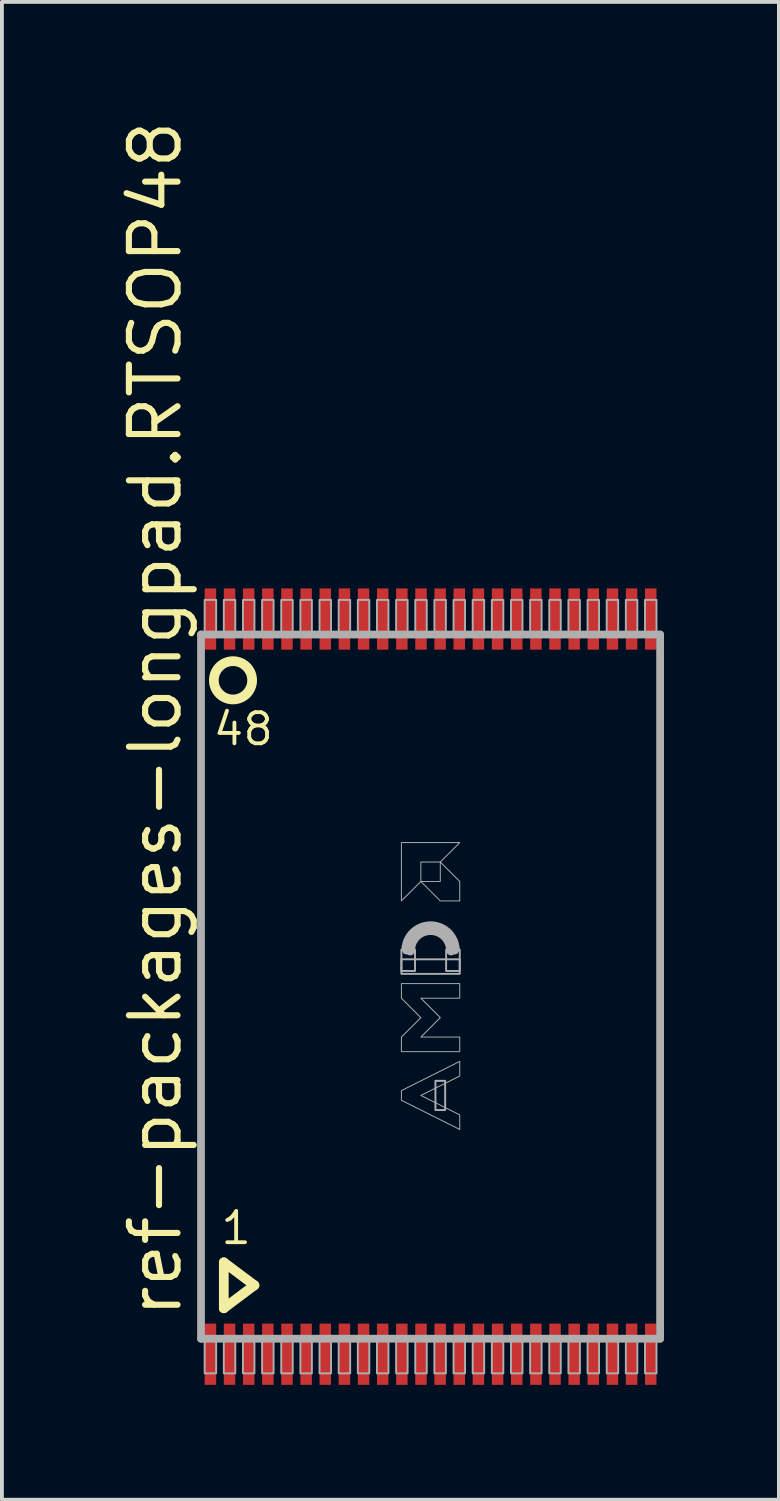
<source format=kicad_pcb>
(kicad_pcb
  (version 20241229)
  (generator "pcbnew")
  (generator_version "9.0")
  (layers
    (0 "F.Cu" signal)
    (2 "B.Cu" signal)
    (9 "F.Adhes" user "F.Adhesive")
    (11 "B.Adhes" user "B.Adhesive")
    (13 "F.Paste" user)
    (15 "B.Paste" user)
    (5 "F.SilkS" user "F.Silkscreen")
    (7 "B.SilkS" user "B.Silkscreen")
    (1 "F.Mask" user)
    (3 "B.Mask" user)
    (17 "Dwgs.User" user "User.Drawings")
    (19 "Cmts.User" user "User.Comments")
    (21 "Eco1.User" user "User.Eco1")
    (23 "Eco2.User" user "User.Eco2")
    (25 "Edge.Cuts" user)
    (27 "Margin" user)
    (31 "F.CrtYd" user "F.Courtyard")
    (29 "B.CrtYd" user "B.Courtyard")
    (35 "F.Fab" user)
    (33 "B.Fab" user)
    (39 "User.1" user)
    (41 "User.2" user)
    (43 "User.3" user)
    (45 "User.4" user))
  (footprint "ref-packages-longpad.RTSOP48"
    (layer "F.Cu")
    (at 8.195 22.717)
    (property "Reference" "ref-packages-longpad.RTSOP48" (at -6.445 8.715 90) (layer "F.SilkS") (effects (font (size 1.27 1.27) (thickness 0.16)) (justify left bottom)))
    (attr smd)
    (fp_line (start -5.4 7.2) (end -4.6 7.8) (stroke (width 0.254) (type default)) (layer "F.SilkS"))
    (fp_line (start -5.4 8.4) (end -5.4 7.2) (stroke (width 0.254) (type default)) (layer "F.SilkS"))
    (fp_line (start -4.6 7.8) (end -5.4 8.4) (stroke (width 0.254) (type default)) (layer "F.SilkS"))
    (fp_circle (center -5.16 -8) (end -4.66 -8) (stroke (width 0.254) (type default)) (fill no) (layer "F.SilkS"))
    (fp_line (start -5.995 -9.195) (end 5.995 -9.195) (stroke (width 0.203) (type default)) (layer "F.Fab"))
    (fp_line (start -5.995 9.195) (end -5.995 -9.195) (stroke (width 0.203) (type default)) (layer "F.Fab"))
    (fp_line (start 5.995 -9.195) (end 5.995 9.195) (stroke (width 0.203) (type default)) (layer "F.Fab"))
    (fp_line (start 5.995 9.195) (end -5.995 9.195) (stroke (width 0.203) (type default)) (layer "F.Fab"))
    (fp_rect (start -5.9 -9.25) (end -5.6 -10.1) (stroke (width 0.05) (type default)) (fill no) (layer "F.Fab"))
    (fp_rect (start -5.9 10.1) (end -5.6 9.25) (stroke (width 0.05) (type default)) (fill no) (layer "F.Fab"))
    (fp_rect (start -5.4 -9.25) (end -5.1 -10.1) (stroke (width 0.05) (type default)) (fill no) (layer "F.Fab"))
    (fp_rect (start -5.4 10.1) (end -5.1 9.25) (stroke (width 0.05) (type default)) (fill no) (layer "F.Fab"))
    (fp_rect (start -4.9 -9.25) (end -4.6 -10.1) (stroke (width 0.05) (type default)) (fill no) (layer "F.Fab"))
    (fp_rect (start -4.9 10.1) (end -4.6 9.25) (stroke (width 0.05) (type default)) (fill no) (layer "F.Fab"))
    (fp_rect (start -4.4 -9.25) (end -4.1 -10.1) (stroke (width 0.05) (type default)) (fill no) (layer "F.Fab"))
    (fp_rect (start -4.4 10.1) (end -4.1 9.25) (stroke (width 0.05) (type default)) (fill no) (layer "F.Fab"))
    (fp_rect (start -3.9 -9.25) (end -3.6 -10.1) (stroke (width 0.05) (type default)) (fill no) (layer "F.Fab"))
    (fp_rect (start -3.9 10.1) (end -3.6 9.25) (stroke (width 0.05) (type default)) (fill no) (layer "F.Fab"))
    (fp_rect (start -3.4 -9.25) (end -3.1 -10.1) (stroke (width 0.05) (type default)) (fill no) (layer "F.Fab"))
    (fp_rect (start -3.4 10.1) (end -3.1 9.25) (stroke (width 0.05) (type default)) (fill no) (layer "F.Fab"))
    (fp_rect (start -2.9 -9.25) (end -2.6 -10.1) (stroke (width 0.05) (type default)) (fill no) (layer "F.Fab"))
    (fp_rect (start -2.9 10.1) (end -2.6 9.25) (stroke (width 0.05) (type default)) (fill no) (layer "F.Fab"))
    (fp_rect (start -2.4 -9.25) (end -2.1 -10.1) (stroke (width 0.05) (type default)) (fill no) (layer "F.Fab"))
    (fp_rect (start -2.4 10.1) (end -2.1 9.25) (stroke (width 0.05) (type default)) (fill no) (layer "F.Fab"))
    (fp_rect (start -1.9 -9.25) (end -1.6 -10.1) (stroke (width 0.05) (type default)) (fill no) (layer "F.Fab"))
    (fp_rect (start -1.9 10.1) (end -1.6 9.25) (stroke (width 0.05) (type default)) (fill no) (layer "F.Fab"))
    (fp_rect (start -1.4 -9.25) (end -1.1 -10.1) (stroke (width 0.05) (type default)) (fill no) (layer "F.Fab"))
    (fp_rect (start -1.4 10.1) (end -1.1 9.25) (stroke (width 0.05) (type default)) (fill no) (layer "F.Fab"))
    (fp_rect (start -0.9 -9.25) (end -0.6 -10.1) (stroke (width 0.05) (type default)) (fill no) (layer "F.Fab"))
    (fp_rect (start -0.9 10.1) (end -0.6 9.25) (stroke (width 0.05) (type default)) (fill no) (layer "F.Fab"))
    (fp_rect (start -0.762 -0.409) (end -0.406 -0.968) (stroke (width 0.05) (type default)) (fill no) (layer "F.Fab"))
    (fp_rect (start -0.762 -0.333) (end 0.762 -0.714) (stroke (width 0.05) (type default)) (fill no) (layer "F.Fab"))
    (fp_rect (start -0.4 -9.25) (end -0.1 -10.1) (stroke (width 0.05) (type default)) (fill no) (layer "F.Fab"))
    (fp_rect (start -0.4 10.1) (end -0.1 9.25) (stroke (width 0.05) (type default)) (fill no) (layer "F.Fab"))
    (fp_rect (start 0.1 -9.25) (end 0.4 -10.1) (stroke (width 0.05) (type default)) (fill no) (layer "F.Fab"))
    (fp_rect (start 0.1 10.1) (end 0.4 9.25) (stroke (width 0.05) (type default)) (fill no) (layer "F.Fab"))
    (fp_rect (start 0.127 3.223) (end 0.381 2.461) (stroke (width 0.05) (type default)) (fill no) (layer "F.Fab"))
    (fp_rect (start 0.406 -0.409) (end 0.762 -0.968) (stroke (width 0.05) (type default)) (fill no) (layer "F.Fab"))
    (fp_rect (start 0.6 -9.25) (end 0.9 -10.1) (stroke (width 0.05) (type default)) (fill no) (layer "F.Fab"))
    (fp_rect (start 0.6 10.1) (end 0.9 9.25) (stroke (width 0.05) (type default)) (fill no) (layer "F.Fab"))
    (fp_rect (start 1.1 -9.25) (end 1.4 -10.1) (stroke (width 0.05) (type default)) (fill no) (layer "F.Fab"))
    (fp_rect (start 1.1 10.1) (end 1.4 9.25) (stroke (width 0.05) (type default)) (fill no) (layer "F.Fab"))
    (fp_rect (start 1.6 -9.25) (end 1.9 -10.1) (stroke (width 0.05) (type default)) (fill no) (layer "F.Fab"))
    (fp_rect (start 1.6 10.1) (end 1.9 9.25) (stroke (width 0.05) (type default)) (fill no) (layer "F.Fab"))
    (fp_rect (start 2.1 -9.25) (end 2.4 -10.1) (stroke (width 0.05) (type default)) (fill no) (layer "F.Fab"))
    (fp_rect (start 2.1 10.1) (end 2.4 9.25) (stroke (width 0.05) (type default)) (fill no) (layer "F.Fab"))
    (fp_rect (start 2.6 -9.25) (end 2.9 -10.1) (stroke (width 0.05) (type default)) (fill no) (layer "F.Fab"))
    (fp_rect (start 2.6 10.1) (end 2.9 9.25) (stroke (width 0.05) (type default)) (fill no) (layer "F.Fab"))
    (fp_rect (start 3.1 -9.25) (end 3.4 -10.1) (stroke (width 0.05) (type default)) (fill no) (layer "F.Fab"))
    (fp_rect (start 3.1 10.1) (end 3.4 9.25) (stroke (width 0.05) (type default)) (fill no) (layer "F.Fab"))
    (fp_rect (start 3.6 -9.25) (end 3.9 -10.1) (stroke (width 0.05) (type default)) (fill no) (layer "F.Fab"))
    (fp_rect (start 3.6 10.1) (end 3.9 9.25) (stroke (width 0.05) (type default)) (fill no) (layer "F.Fab"))
    (fp_rect (start 4.1 -9.25) (end 4.4 -10.1) (stroke (width 0.05) (type default)) (fill no) (layer "F.Fab"))
    (fp_rect (start 4.1 10.1) (end 4.4 9.25) (stroke (width 0.05) (type default)) (fill no) (layer "F.Fab"))
    (fp_rect (start 4.6 -9.25) (end 4.9 -10.1) (stroke (width 0.05) (type default)) (fill no) (layer "F.Fab"))
    (fp_rect (start 4.6 10.1) (end 4.9 9.25) (stroke (width 0.05) (type default)) (fill no) (layer "F.Fab"))
    (fp_rect (start 5.1 -9.25) (end 5.4 -10.1) (stroke (width 0.05) (type default)) (fill no) (layer "F.Fab"))
    (fp_rect (start 5.1 10.1) (end 5.4 9.25) (stroke (width 0.05) (type default)) (fill no) (layer "F.Fab"))
    (fp_rect (start 5.6 -9.25) (end 5.9 -10.1) (stroke (width 0.05) (type default)) (fill no) (layer "F.Fab"))
    (fp_rect (start 5.6 10.1) (end 5.9 9.25) (stroke (width 0.05) (type default)) (fill no) (layer "F.Fab"))
    (fp_arc (start -0.7366 -0.9426) (mid 0 -1.6792) (end 0.7366 -0.9426) (stroke (width 0.0508) (type default)) (layer "F.Fab"))
    (fp_arc (start -0.635 -0.9426) (mid 0 -1.5776) (end 0.635 -0.9426) (stroke (width 0.2032) (type default)) (layer "F.Fab"))
    (fp_arc (start -0.5334 -0.9426) (mid 0 -1.476) (end 0.5334 -0.9426) (stroke (width 0.254) (type default)) (layer "F.Fab"))
    (fp_poly (pts (xy -0.762 -2.238) (xy -0.762 -3.762) (xy 0.762 -3.762) (xy 0.254 -3.254) (xy -0.254 -3.254) (xy -0.254 -2.746)) (stroke (width 0.025) (type default)) (fill no) (layer "F.Fab"))
    (fp_poly (pts (xy -0.254 -2.746) (xy 0.254 -2.238) (xy 0.762 -2.238) (xy 0.762 -2.746) (xy 0.254 -3.254) (xy 0.254 -2.746)) (stroke (width 0.025) (type default)) (fill no) (layer "F.Fab"))
    (fp_poly (pts (xy 0.762 3.731) (xy -0.762 2.969) (xy -0.762 2.715) (xy 0.762 1.953) (xy 0.762 2.334) (xy -0.254 2.842) (xy 0.762 3.35)) (stroke (width 0.025) (type default)) (fill no) (layer "F.Fab"))
    (fp_poly (pts (xy 0.762 1.699) (xy -0.762 1.699) (xy -0.762 1.318) (xy -0.254 0.81) (xy -0.762 0.302) (xy -0.762 -0.079) (xy 0.762 -0.079) (xy 0.762 0.302) (xy -0.254 0.302) (xy 0.254 0.81) (xy -0.254 1.318) (xy 0.762 1.318)) (stroke (width 0.025) (type default)) (fill no) (layer "F.Fab"))
    (fp_text user "48" (at -5.731 -6.25 0) (layer "F.SilkS") (effects (font (size 0.813 0.813) (thickness 0.1)) (justify left bottom)))
    (fp_text user "1" (at -5.531 6.78 0) (layer "F.SilkS") (effects (font (size 0.813 0.813) (thickness 0.1)) (justify left bottom)))
    (pad "1" smd roundrect (at -5.75 9.6) (size 0.3 1.6) (layers "F.Cu" "F.Mask" "F.Paste") (roundrect_rratio 0.01))
    (pad "2" smd roundrect (at -5.25 9.6) (size 0.3 1.6) (layers "F.Cu" "F.Mask" "F.Paste") (roundrect_rratio 0.01))
    (pad "3" smd roundrect (at -4.75 9.6) (size 0.3 1.6) (layers "F.Cu" "F.Mask" "F.Paste") (roundrect_rratio 0.01))
    (pad "4" smd roundrect (at -4.25 9.6) (size 0.3 1.6) (layers "F.Cu" "F.Mask" "F.Paste") (roundrect_rratio 0.01))
    (pad "5" smd roundrect (at -3.75 9.6) (size 0.3 1.6) (layers "F.Cu" "F.Mask" "F.Paste") (roundrect_rratio 0.01))
    (pad "6" smd roundrect (at -3.25 9.6) (size 0.3 1.6) (layers "F.Cu" "F.Mask" "F.Paste") (roundrect_rratio 0.01))
    (pad "7" smd roundrect (at -2.75 9.6) (size 0.3 1.6) (layers "F.Cu" "F.Mask" "F.Paste") (roundrect_rratio 0.01))
    (pad "8" smd roundrect (at -2.25 9.6) (size 0.3 1.6) (layers "F.Cu" "F.Mask" "F.Paste") (roundrect_rratio 0.01))
    (pad "9" smd roundrect (at -1.75 9.6) (size 0.3 1.6) (layers "F.Cu" "F.Mask" "F.Paste") (roundrect_rratio 0.01))
    (pad "10" smd roundrect (at -1.25 9.6) (size 0.3 1.6) (layers "F.Cu" "F.Mask" "F.Paste") (roundrect_rratio 0.01))
    (pad "11" smd roundrect (at -0.75 9.6) (size 0.3 1.6) (layers "F.Cu" "F.Mask" "F.Paste") (roundrect_rratio 0.01))
    (pad "12" smd roundrect (at -0.25 9.6) (size 0.3 1.6) (layers "F.Cu" "F.Mask" "F.Paste") (roundrect_rratio 0.01))
    (pad "13" smd roundrect (at 0.25 9.6) (size 0.3 1.6) (layers "F.Cu" "F.Mask" "F.Paste") (roundrect_rratio 0.01))
    (pad "14" smd roundrect (at 0.75 9.6) (size 0.3 1.6) (layers "F.Cu" "F.Mask" "F.Paste") (roundrect_rratio 0.01))
    (pad "15" smd roundrect (at 1.25 9.6) (size 0.3 1.6) (layers "F.Cu" "F.Mask" "F.Paste") (roundrect_rratio 0.01))
    (pad "16" smd roundrect (at 1.75 9.6) (size 0.3 1.6) (layers "F.Cu" "F.Mask" "F.Paste") (roundrect_rratio 0.01))
    (pad "17" smd roundrect (at 2.25 9.6) (size 0.3 1.6) (layers "F.Cu" "F.Mask" "F.Paste") (roundrect_rratio 0.01))
    (pad "18" smd roundrect (at 2.75 9.6) (size 0.3 1.6) (layers "F.Cu" "F.Mask" "F.Paste") (roundrect_rratio 0.01))
    (pad "19" smd roundrect (at 3.25 9.6) (size 0.3 1.6) (layers "F.Cu" "F.Mask" "F.Paste") (roundrect_rratio 0.01))
    (pad "20" smd roundrect (at 3.75 9.6) (size 0.3 1.6) (layers "F.Cu" "F.Mask" "F.Paste") (roundrect_rratio 0.01))
    (pad "21" smd roundrect (at 4.25 9.6) (size 0.3 1.6) (layers "F.Cu" "F.Mask" "F.Paste") (roundrect_rratio 0.01))
    (pad "22" smd roundrect (at 4.75 9.6) (size 0.3 1.6) (layers "F.Cu" "F.Mask" "F.Paste") (roundrect_rratio 0.01))
    (pad "23" smd roundrect (at 5.25 9.6) (size 0.3 1.6) (layers "F.Cu" "F.Mask" "F.Paste") (roundrect_rratio 0.01))
    (pad "24" smd roundrect (at 5.75 9.6) (size 0.3 1.6) (layers "F.Cu" "F.Mask" "F.Paste") (roundrect_rratio 0.01))
    (pad "25" smd roundrect (at 5.75 -9.6) (size 0.3 1.6) (layers "F.Cu" "F.Mask" "F.Paste") (roundrect_rratio 0.01))
    (pad "26" smd roundrect (at 5.25 -9.6) (size 0.3 1.6) (layers "F.Cu" "F.Mask" "F.Paste") (roundrect_rratio 0.01))
    (pad "27" smd roundrect (at 4.75 -9.6) (size 0.3 1.6) (layers "F.Cu" "F.Mask" "F.Paste") (roundrect_rratio 0.01))
    (pad "28" smd roundrect (at 4.25 -9.6) (size 0.3 1.6) (layers "F.Cu" "F.Mask" "F.Paste") (roundrect_rratio 0.01))
    (pad "29" smd roundrect (at 3.75 -9.6) (size 0.3 1.6) (layers "F.Cu" "F.Mask" "F.Paste") (roundrect_rratio 0.01))
    (pad "30" smd roundrect (at 3.25 -9.6) (size 0.3 1.6) (layers "F.Cu" "F.Mask" "F.Paste") (roundrect_rratio 0.01))
    (pad "31" smd roundrect (at 2.75 -9.6) (size 0.3 1.6) (layers "F.Cu" "F.Mask" "F.Paste") (roundrect_rratio 0.01))
    (pad "32" smd roundrect (at 2.25 -9.6) (size 0.3 1.6) (layers "F.Cu" "F.Mask" "F.Paste") (roundrect_rratio 0.01))
    (pad "33" smd roundrect (at 1.75 -9.6) (size 0.3 1.6) (layers "F.Cu" "F.Mask" "F.Paste") (roundrect_rratio 0.01))
    (pad "34" smd roundrect (at 1.25 -9.6) (size 0.3 1.6) (layers "F.Cu" "F.Mask" "F.Paste") (roundrect_rratio 0.01))
    (pad "35" smd roundrect (at 0.75 -9.6) (size 0.3 1.6) (layers "F.Cu" "F.Mask" "F.Paste") (roundrect_rratio 0.01))
    (pad "36" smd roundrect (at 0.25 -9.6) (size 0.3 1.6) (layers "F.Cu" "F.Mask" "F.Paste") (roundrect_rratio 0.01))
    (pad "37" smd roundrect (at -0.25 -9.6) (size 0.3 1.6) (layers "F.Cu" "F.Mask" "F.Paste") (roundrect_rratio 0.01))
    (pad "38" smd roundrect (at -0.75 -9.6) (size 0.3 1.6) (layers "F.Cu" "F.Mask" "F.Paste") (roundrect_rratio 0.01))
    (pad "39" smd roundrect (at -1.25 -9.6) (size 0.3 1.6) (layers "F.Cu" "F.Mask" "F.Paste") (roundrect_rratio 0.01))
    (pad "40" smd roundrect (at -1.75 -9.6) (size 0.3 1.6) (layers "F.Cu" "F.Mask" "F.Paste") (roundrect_rratio 0.01))
    (pad "41" smd roundrect (at -2.25 -9.6) (size 0.3 1.6) (layers "F.Cu" "F.Mask" "F.Paste") (roundrect_rratio 0.01))
    (pad "42" smd roundrect (at -2.75 -9.6) (size 0.3 1.6) (layers "F.Cu" "F.Mask" "F.Paste") (roundrect_rratio 0.01))
    (pad "43" smd roundrect (at -3.25 -9.6) (size 0.3 1.6) (layers "F.Cu" "F.Mask" "F.Paste") (roundrect_rratio 0.01))
    (pad "44" smd roundrect (at -3.75 -9.6) (size 0.3 1.6) (layers "F.Cu" "F.Mask" "F.Paste") (roundrect_rratio 0.01))
    (pad "45" smd roundrect (at -4.25 -9.6) (size 0.3 1.6) (layers "F.Cu" "F.Mask" "F.Paste") (roundrect_rratio 0.01))
    (pad "46" smd roundrect (at -4.75 -9.6) (size 0.3 1.6) (layers "F.Cu" "F.Mask" "F.Paste") (roundrect_rratio 0.01))
    (pad "47" smd roundrect (at -5.25 -9.6) (size 0.3 1.6) (layers "F.Cu" "F.Mask" "F.Paste") (roundrect_rratio 0.01))
    (pad "48" smd roundrect (at -5.75 -9.6) (size 0.3 1.6) (layers "F.Cu" "F.Mask" "F.Paste") (roundrect_rratio 0.01)))
  (gr_rect
    (start -3 -3)
    (end 17.292 36.117)
    (stroke (width 0.1) (type default))
    (fill no)
    (layer "Edge.Cuts")))
</source>
